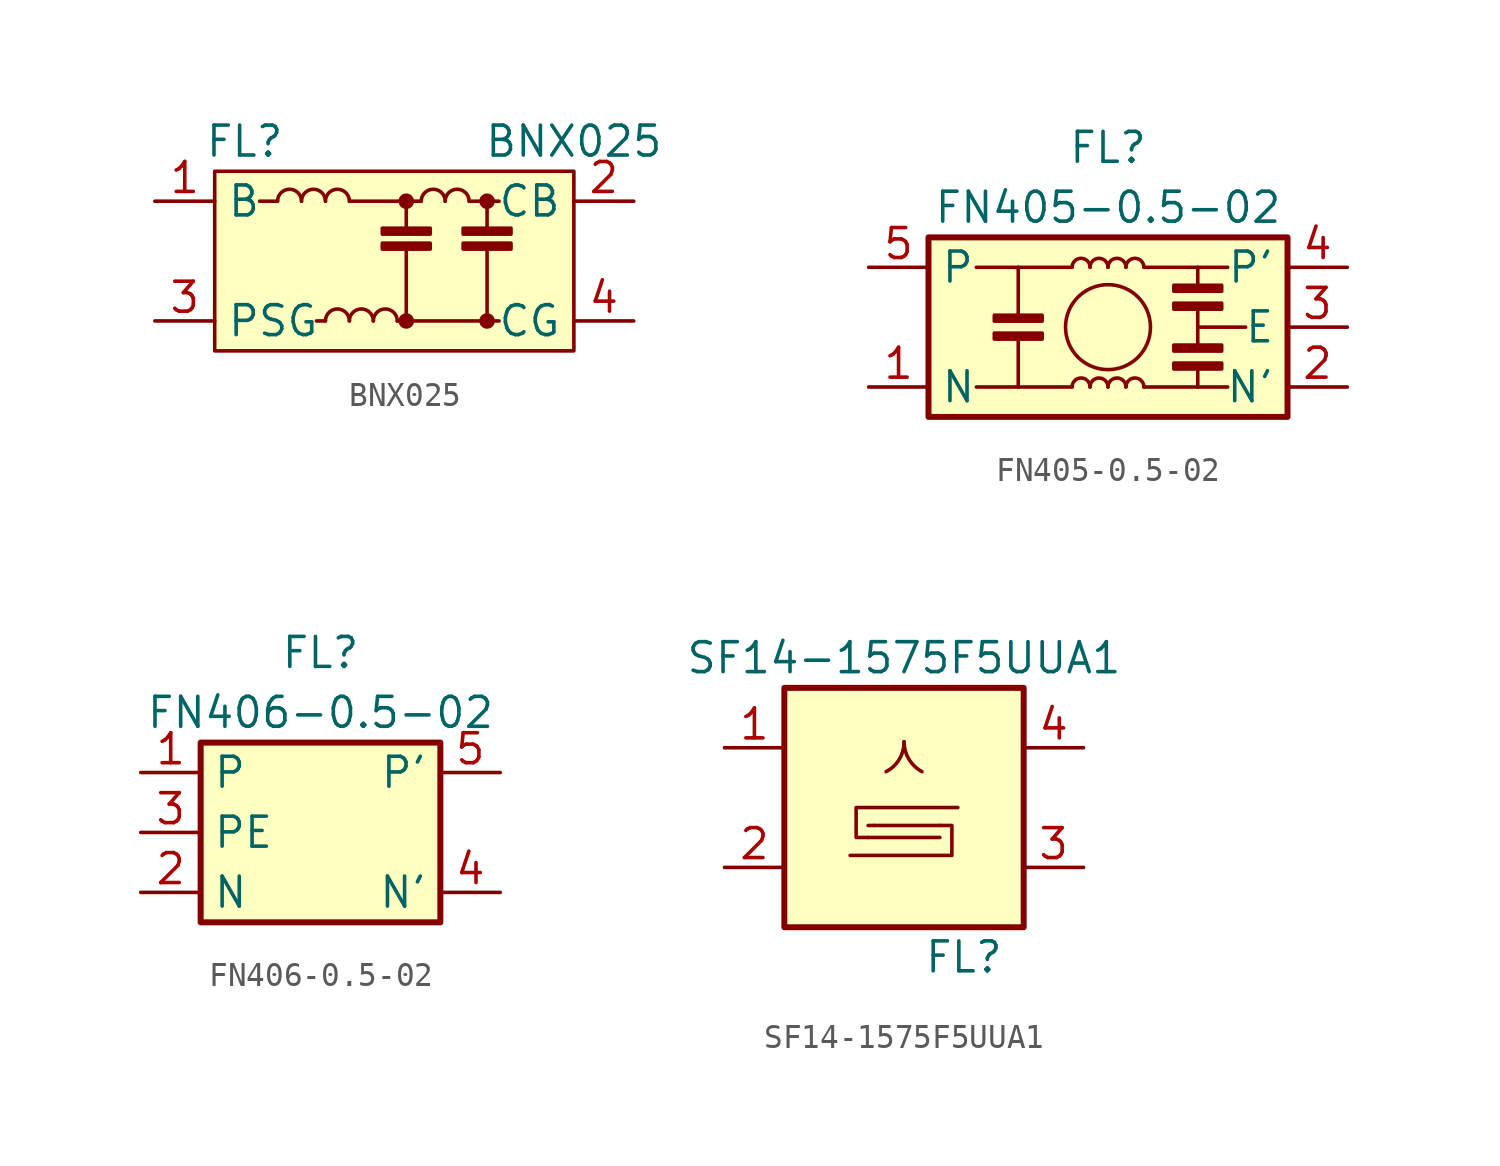
<source format=kicad_sym>
(kicad_symbol_lib
  (version 20220914)
  (generator kicad_symbol_editor)
  (symbol "BNX025"
    (property "Reference" "FL"
      (at -6.35 5.08 0)
      (effects (font (size 1.27 1.27))))
    (property "Value" "BNX025"
      (at 7.62 5.08 0)
      (effects (font (size 1.27 1.27))))
    (symbol "BNX025_0_1"
      (rectangle (start -7.62 3.81) (end 7.62 -3.81) (stroke (width 0) (type default)) (fill (type background)))
      (arc (start -1.905 -2.54) (mid -2.413 -2.0342) (end -2.921 -2.54) (stroke (width 0) (type default)) (fill (type none)))
      (arc (start -0.889 -2.54) (mid -1.397 -2.0342) (end -1.905 -2.54) (stroke (width 0) (type default)) (fill (type none)))
      (rectangle (start -0.508 0.508) (end 1.524 0.762) (stroke (width 0) (type default)) (fill (type outline)))
      (polyline (pts (xy -4.953 2.54) (xy -5.715 2.54)) (stroke (width 0) (type default)) (fill (type none)))
      (polyline (pts (xy -3.302 -2.54) (xy -2.921 -2.54)) (stroke (width 0) (type default)) (fill (type none)))
      (polyline (pts (xy 0.127 -2.54) (xy 0.508 -2.54)) (stroke (width 0) (type default)) (fill (type none)))
      (polyline (pts (xy 0.381 2.54) (xy -1.905 2.54)) (stroke (width 0) (type default)) (fill (type none)))
      (polyline (pts (xy 0.508 -2.54) (xy 0.508 0.508)) (stroke (width 0) (type default)) (fill (type none)))
      (polyline (pts (xy 0.508 2.54) (xy 0.508 1.27)) (stroke (width 0) (type default)) (fill (type none)))
      (polyline (pts (xy 1.143 2.54) (xy 0.508 2.54)) (stroke (width 0) (type default)) (fill (type none)))
      (polyline (pts (xy 3.175 2.54) (xy 3.937 2.54)) (stroke (width 0) (type default)) (fill (type none)))
      (polyline (pts (xy 3.937 -2.54) (xy 0.508 -2.54)) (stroke (width 0) (type default)) (fill (type none)))
      (polyline (pts (xy 3.937 -2.54) (xy 3.937 0.508)) (stroke (width 0) (type default)) (fill (type none)))
      (polyline (pts (xy 3.937 -2.54) (xy 4.445 -2.54)) (stroke (width 0) (type default)) (fill (type none)))
      (polyline (pts (xy 3.937 2.54) (xy 3.937 1.27)) (stroke (width 0) (type default)) (fill (type none)))
      (polyline (pts (xy 3.937 2.54) (xy 4.445 2.54)) (stroke (width 0) (type default)) (fill (type none)))
      (arc (start 0.127 -2.54) (mid -0.381 -2.0342) (end -0.889 -2.54) (stroke (width 0) (type default)) (fill (type none)))
      (circle (center 0.508 2.54) (radius 0.254) (stroke (width 0) (type default)) (fill (type outline)))
      (rectangle (start 1.524 1.143) (end -0.508 1.397) (stroke (width 0) (type default)) (fill (type outline)))
      (arc (start 2.159 2.54) (mid 1.651 3.0458) (end 1.143 2.54) (stroke (width 0) (type default)) (fill (type none)))
      (arc (start 3.175 2.54) (mid 2.667 3.0458) (end 2.159 2.54) (stroke (width 0) (type default)) (fill (type none))))
    (symbol "BNX025_1_1"
      (arc (start -3.937 2.54) (mid -4.445 3.0458) (end -4.953 2.54) (stroke (width 0) (type default)) (fill (type none)))
      (arc (start -2.921 2.54) (mid -3.429 3.0458) (end -3.937 2.54) (stroke (width 0) (type default)) (fill (type none)))
      (arc (start -1.905 2.54) (mid -2.413 3.0458) (end -2.921 2.54) (stroke (width 0) (type default)) (fill (type none)))
      (circle (center 0.508 -2.54) (radius 0.254) (stroke (width 0) (type default)) (fill (type outline)))
      (rectangle (start 2.921 0.508) (end 4.953 0.762) (stroke (width 0) (type default)) (fill (type outline)))
      (circle (center 3.937 -2.54) (radius 0.254) (stroke (width 0) (type default)) (fill (type outline)))
      (circle (center 3.937 2.54) (radius 0.254) (stroke (width 0) (type default)) (fill (type outline)))
      (rectangle (start 4.953 1.143) (end 2.921 1.397) (stroke (width 0) (type default)) (fill (type outline)))
      (pin passive line (at -10.16 2.54 0) (length 2.54) (name "B" (effects (font (size 1.27 1.27)))) (number "1" (effects (font (size 1.27 1.27)))))
      (pin passive line (at 10.16 2.54 180) (length 2.54) (name "CB" (effects (font (size 1.27 1.27)))) (number "2" (effects (font (size 1.27 1.27)))))
      (pin passive line (at -10.16 -2.54 0) (length 2.54) (name "PSG" (effects (font (size 1.27 1.27)))) (number "3" (effects (font (size 1.27 1.27)))))
      (pin passive line (at 10.16 -2.54 180) (length 2.54) (name "CG" (effects (font (size 1.27 1.27)))) (number "4" (effects (font (size 1.27 1.27)))))))
  (symbol "FN405-0.5-02"
    (property "Reference" "FL"
      (at 0 7.62 0)
      (effects (font (size 1.27 1.27))))
    (property "Value" "FN405-0.5-02"
      (at 0 5.08 0)
      (effects (font (size 1.27 1.27))))
    (symbol "FN405-0.5-02_0_1"
      (rectangle (start -7.62 3.81) (end 7.62 -3.81) (stroke (width 0.254) (type default)) (fill (type background)))
      (rectangle (start -4.826 -0.254) (end -2.794 -0.508) (stroke (width 0) (type default)) (fill (type outline)))
      (rectangle (start -4.826 0.254) (end -2.794 0.508) (stroke (width 0) (type default)) (fill (type outline)))
      (arc (start -0.762 -2.54) (mid -1.143 -2.1606) (end -1.524 -2.54) (stroke (width 0) (type default)) (fill (type none)))
      (arc (start -0.762 2.54) (mid -1.143 2.9194) (end -1.524 2.54) (stroke (width 0) (type default)) (fill (type none)))
      (arc (start 0 -2.54) (mid -0.381 -2.1606) (end -0.762 -2.54) (stroke (width 0) (type default)) (fill (type none)))
      (polyline (pts (xy -3.81 -0.508) (xy -3.81 -2.54)) (stroke (width 0) (type default)) (fill (type none)))
      (polyline (pts (xy -3.81 0.508) (xy -3.81 2.54)) (stroke (width 0) (type default)) (fill (type none)))
      (polyline (pts (xy -1.524 -2.54) (xy -5.588 -2.54)) (stroke (width 0) (type default)) (fill (type none)))
      (polyline (pts (xy -1.524 2.54) (xy -5.588 2.54)) (stroke (width 0) (type default)) (fill (type none)))
      (polyline (pts (xy 1.524 -2.54) (xy 5.08 -2.54)) (stroke (width 0) (type default)) (fill (type none)))
      (polyline (pts (xy 3.81 -1.778) (xy 3.81 -2.54)) (stroke (width 0) (type default)) (fill (type none)))
      (polyline (pts (xy 3.81 0) (xy 5.842 0)) (stroke (width 0) (type default)) (fill (type none)))
      (polyline (pts (xy 3.81 0.762) (xy 3.81 -0.762)) (stroke (width 0) (type default)) (fill (type none)))
      (polyline (pts (xy 3.81 1.778) (xy 3.81 2.54)) (stroke (width 0) (type default)) (fill (type none)))
      (polyline (pts (xy 5.08 2.54) (xy 1.524 2.54)) (stroke (width 0) (type default)) (fill (type none)))
      (circle (center 0 0) (radius 1.803) (stroke (width 0) (type default)) (fill (type none)))
      (arc (start 0 2.54) (mid -0.381 2.9194) (end -0.762 2.54) (stroke (width 0) (type default)) (fill (type none)))
      (arc (start 0.762 -2.54) (mid 0.381 -2.1606) (end 0 -2.54) (stroke (width 0) (type default)) (fill (type none)))
      (arc (start 0.762 2.54) (mid 0.381 2.9194) (end 0 2.54) (stroke (width 0) (type default)) (fill (type none)))
      (arc (start 1.524 -2.54) (mid 1.143 -2.1606) (end 0.762 -2.54) (stroke (width 0) (type default)) (fill (type none)))
      (arc (start 1.524 2.54) (mid 1.143 2.9194) (end 0.762 2.54) (stroke (width 0) (type default)) (fill (type none)))
      (rectangle (start 2.794 -1.524) (end 4.826 -1.778) (stroke (width 0) (type default)) (fill (type outline)))
      (rectangle (start 2.794 -1.016) (end 4.826 -0.762) (stroke (width 0) (type default)) (fill (type outline)))
      (rectangle (start 2.794 1.016) (end 4.826 0.762) (stroke (width 0) (type default)) (fill (type outline)))
      (rectangle (start 2.794 1.524) (end 4.826 1.778) (stroke (width 0) (type default)) (fill (type outline))))
    (symbol "FN405-0.5-02_1_1"
      (pin passive line (at -10.16 -2.54 0) (length 2.54) (name "N" (effects (font (size 1.27 1.27)))) (number "1" (effects (font (size 1.27 1.27)))))
      (pin passive line (at 10.16 -2.54 180) (length 2.54) (name "N'" (effects (font (size 1.27 1.27)))) (number "2" (effects (font (size 1.27 1.27)))))
      (pin passive line (at 10.16 0 180) (length 2.54) (name "E" (effects (font (size 1.27 1.27)))) (number "3" (effects (font (size 1.27 1.27)))))
      (pin passive line (at 10.16 2.54 180) (length 2.54) (name "P'" (effects (font (size 1.27 1.27)))) (number "4" (effects (font (size 1.27 1.27)))))
      (pin passive line (at -10.16 2.54 0) (length 2.54) (name "P" (effects (font (size 1.27 1.27)))) (number "5" (effects (font (size 1.27 1.27)))))))
  (symbol "FN406-0.5-02"
    (property "Reference" "FL"
      (at 0 7.62 0)
      (effects (font (size 1.27 1.27))))
    (property "Value" "FN406-0.5-02"
      (at 0 5.08 0)
      (effects (font (size 1.27 1.27))))
    (symbol "FN406-0.5-02_0_1"
      (rectangle (start -5.08 3.81) (end 5.08 -3.81) (stroke (width 0.254) (type default)) (fill (type background))))
    (symbol "FN406-0.5-02_1_1"
      (pin passive line (at -7.62 2.54 0) (length 2.54) (name "P" (effects (font (size 1.27 1.27)))) (number "1" (effects (font (size 1.27 1.27)))))
      (pin passive line (at -7.62 -2.54 0) (length 2.54) (name "N" (effects (font (size 1.27 1.27)))) (number "2" (effects (font (size 1.27 1.27)))))
      (pin passive line (at -7.62 0 0) (length 2.54) (name "PE" (effects (font (size 1.27 1.27)))) (number "3" (effects (font (size 1.27 1.27)))))
      (pin passive line (at 7.62 -2.54 180) (length 2.54) (name "N'" (effects (font (size 1.27 1.27)))) (number "4" (effects (font (size 1.27 1.27)))))
      (pin passive line (at 7.62 2.54 180) (length 2.54) (name "P'" (effects (font (size 1.27 1.27)))) (number "5" (effects (font (size 1.27 1.27)))))))
  (symbol "SF14-1575F5UUA1"
    (pin_names
      (offset 1.016))
    (property "Reference" "FL"
      (at 2.54 -6.35 0)
      (effects (font (size 1.27 1.27))))
    (property "Value" "SF14-1575F5UUA1"
      (at 0 6.35 0)
      (effects (font (size 1.27 1.27))))
    (symbol "SF14-1575F5UUA1_0_1"
      (rectangle (start -5.08 5.08) (end 5.08 -5.08) (stroke (width 0.254) (type default)) (fill (type background)))
      (arc (start -0.762 1.524) (mid -0.1988 2.0511) (end 0 2.794) (stroke (width 0) (type default)) (fill (type none)))
      (polyline (pts (xy -1.524 -0.762) (xy -1.27 -0.762)) (stroke (width 0) (type default)) (fill (type none)))
      (polyline (pts (xy 1.524 -1.27) (xy -1.524 -1.27)) (stroke (width 0) (type default)) (fill (type none)))
      (polyline (pts (xy 1.524 -0.762) (xy -1.27 -0.762)) (stroke (width 0) (type default)) (fill (type none)))
      (polyline (pts (xy -1.524 -1.27) (xy -2.032 -1.27) (xy -2.032 0) (xy 2.286 0)) (stroke (width 0) (type default)) (fill (type none)))
      (polyline (pts (xy 1.524 -0.762) (xy 2.032 -0.762) (xy 2.032 -2.032) (xy -2.286 -2.032)) (stroke (width 0) (type default)) (fill (type none)))
      (arc (start 0 2.794) (mid 0.2065 2.0558) (end 0.762 1.524) (stroke (width 0) (type default)) (fill (type none))))
    (symbol "SF14-1575F5UUA1_1_1"
      (pin passive line (at -7.62 2.54 0) (length 2.54) (name "~" (effects (font (size 1.27 1.27)))) (number "1" (effects (font (size 1.27 1.27)))))
      (pin passive line (at -7.62 -2.54 0) (length 2.54) (name "~" (effects (font (size 1.27 1.27)))) (number "2" (effects (font (size 1.27 1.27)))))
      (pin passive line (at 7.62 -2.54 180) (length 2.54) (name "~" (effects (font (size 1.27 1.27)))) (number "3" (effects (font (size 1.27 1.27)))))
      (pin passive line (at 7.62 2.54 180) (length 2.54) (name "~" (effects (font (size 1.27 1.27)))) (number "4" (effects (font (size 1.27 1.27)))))
      (pin passive line (at -7.62 -2.54 0) (length 2.54) hide (name "~" (effects (font (size 1.27 1.27)))) (number "5" (effects (font (size 1.27 1.27))))))))
</source>
